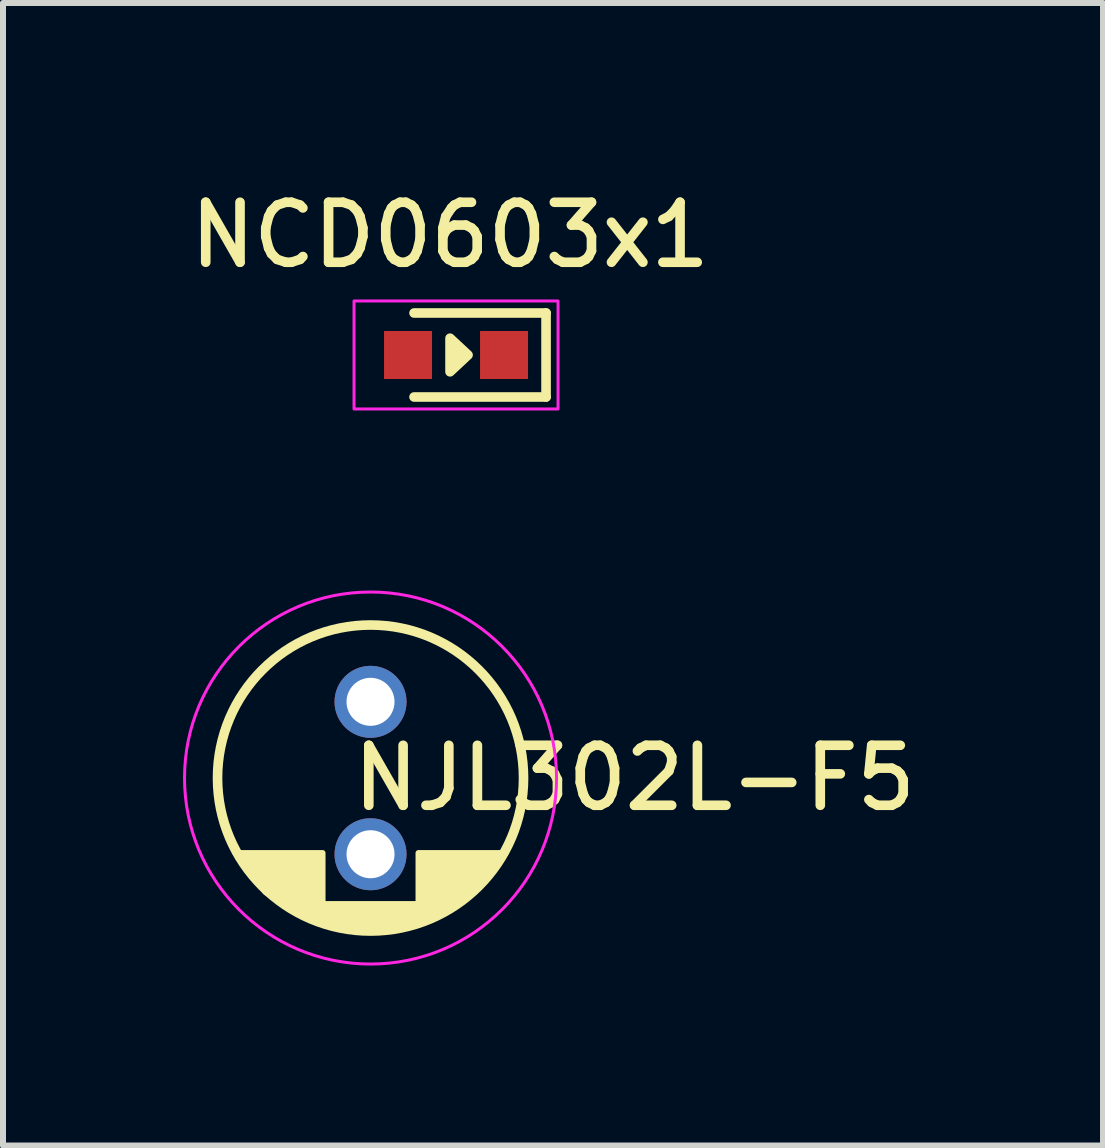
<source format=kicad_pcb>
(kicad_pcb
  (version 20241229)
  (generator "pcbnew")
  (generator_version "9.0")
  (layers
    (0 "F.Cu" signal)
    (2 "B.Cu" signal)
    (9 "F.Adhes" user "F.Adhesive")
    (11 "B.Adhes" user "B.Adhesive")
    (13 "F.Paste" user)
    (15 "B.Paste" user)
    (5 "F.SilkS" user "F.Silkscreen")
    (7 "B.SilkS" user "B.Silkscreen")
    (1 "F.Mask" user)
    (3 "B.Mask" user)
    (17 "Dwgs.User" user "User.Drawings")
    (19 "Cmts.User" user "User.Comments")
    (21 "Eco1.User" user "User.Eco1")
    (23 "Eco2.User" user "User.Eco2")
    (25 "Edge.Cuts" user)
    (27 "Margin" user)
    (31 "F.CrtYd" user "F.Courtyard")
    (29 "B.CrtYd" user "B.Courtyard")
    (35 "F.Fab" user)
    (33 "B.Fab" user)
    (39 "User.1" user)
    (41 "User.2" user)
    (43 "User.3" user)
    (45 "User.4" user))
  (footprint "NJL302L-F5"
    (layer "F.Cu")
    (at 3.125 9.916)
    (property "Reference" "NJL302L-F5" (at 4.4 0 0) (unlocked yes) (layer "F.SilkS") (effects (font (size 1 1) (thickness 0.16))))
    (attr through_hole)
    (fp_circle (center 0 0) (end 2.55 0) (stroke (width 0.16) (type solid)) (fill no) (layer "F.SilkS"))
    (fp_poly (pts (xy -2.25 1.25) (xy -0.8 1.25) (xy -0.8 2.1) (xy 0.8 2.1) (xy 0.8 1.25) (xy 2.25 1.25) (xy 1.7 1.9) (xy 1.15 2.25) (xy 0.6 2.45) (xy 0 2.55) (xy -0.45 2.5) (xy -1 2.35) (xy -1.75 1.9)) (stroke (width 0.1) (type solid)) (fill yes) (layer "F.SilkS"))
    (fp_circle (center 0 0) (end 3.1 0) (stroke (width 0.05) (type default)) (fill no) (layer "F.CrtYd"))
    (pad "1" thru_hole circle (at 0 -1.27) (size 1.2 1.2) (drill 0.8) (layers "*.Cu" "*.Mask"))
    (pad "2" thru_hole circle (at 0 1.27) (size 1.2 1.2) (drill 0.8) (layers "*.Cu" "*.Mask")))
  (footprint "NCD0603x1"
    (layer "F.Cu")
    (at 4.55 2.866)
    (property "Reference" "NCD0603x1" (at -0.1 -2 0) (unlocked yes) (layer "F.SilkS") (effects (font (size 1 1) (thickness 0.16))))
    (attr smd)
    (fp_line (start -0.7 -0.7) (end 1.5 -0.7) (stroke (width 0.16) (type solid)) (layer "F.SilkS"))
    (fp_line (start 1.5 -0.7) (end 1.5 0.7) (stroke (width 0.16) (type solid)) (layer "F.SilkS"))
    (fp_line (start 1.5 0.7) (end -0.7 0.7) (stroke (width 0.16) (type solid)) (layer "F.SilkS"))
    (fp_poly (pts (xy 0.2 0) (xy -0.1 -0.28) (xy -0.1 0.28)) (stroke (width 0.16) (type solid)) (fill yes) (layer "F.SilkS"))
    (fp_rect (start -1.7 -0.9) (end 1.7 0.9) (stroke (width 0.05) (type solid)) (fill no) (layer "F.CrtYd"))
    (pad "1" smd rect (at 0.8 0) (size 0.8 0.8) (layers "F.Cu" "F.Mask" "F.Paste"))
    (pad "2" smd rect (at -0.8 0) (size 0.8 0.8) (layers "F.Cu" "F.Mask" "F.Paste")))
  (gr_rect
    (start -3 -3)
    (end 15.332 16.041)
    (stroke (width 0.1) (type default))
    (fill no)
    (layer "Edge.Cuts")))
</source>
